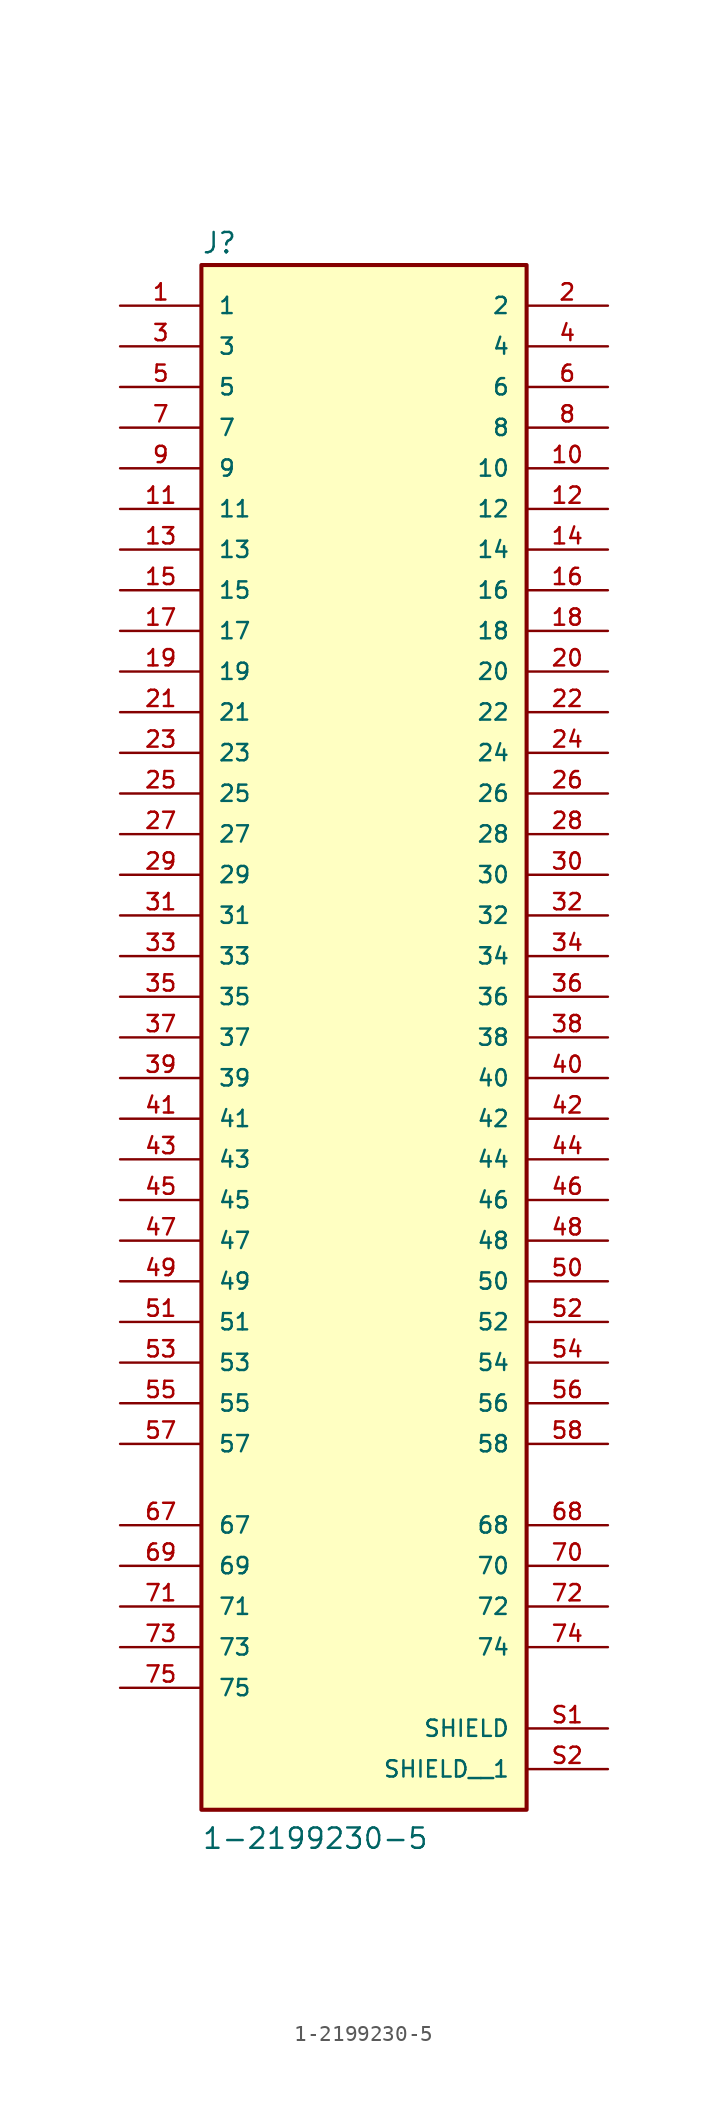
<source format=kicad_sym>
(kicad_symbol_lib
  (version 20211014)
  (generator kicad_symbol_editor)
  (symbol "1-2199230-5"
    (pin_names
      (offset 1.016))
    (property "Reference" "J"
      (at -10.16 46.355 0)
      (effects (font (size 1.27 1.27)) (justify bottom left)))
    (property "Value" "1-2199230-5"
      (at -10.16 -53.34 0)
      (effects (font (size 1.27 1.27)) (justify bottom left)))
    (symbol "1-2199230-5_0_0"
      (rectangle (start -10.16 -50.8) (end 10.16 45.72) (stroke (width 0.254)) (fill (type background)))
      (pin passive line (at 15.24 -45.72 180.0) (length 5.08) (name "SHIELD" (effects (font (size 1.016 1.016)))) (number "S1" (effects (font (size 1.016 1.016)))))
      (pin passive line (at -15.24 43.18 0) (length 5.08) (name "1" (effects (font (size 1.016 1.016)))) (number "1" (effects (font (size 1.016 1.016)))))
      (pin passive line (at 15.24 43.18 180.0) (length 5.08) (name "2" (effects (font (size 1.016 1.016)))) (number "2" (effects (font (size 1.016 1.016)))))
      (pin passive line (at -15.24 40.64 0) (length 5.08) (name "3" (effects (font (size 1.016 1.016)))) (number "3" (effects (font (size 1.016 1.016)))))
      (pin passive line (at 15.24 40.64 180.0) (length 5.08) (name "4" (effects (font (size 1.016 1.016)))) (number "4" (effects (font (size 1.016 1.016)))))
      (pin passive line (at -15.24 38.1 0) (length 5.08) (name "5" (effects (font (size 1.016 1.016)))) (number "5" (effects (font (size 1.016 1.016)))))
      (pin passive line (at 15.24 38.1 180.0) (length 5.08) (name "6" (effects (font (size 1.016 1.016)))) (number "6" (effects (font (size 1.016 1.016)))))
      (pin passive line (at -15.24 35.56 0) (length 5.08) (name "7" (effects (font (size 1.016 1.016)))) (number "7" (effects (font (size 1.016 1.016)))))
      (pin passive line (at 15.24 35.56 180.0) (length 5.08) (name "8" (effects (font (size 1.016 1.016)))) (number "8" (effects (font (size 1.016 1.016)))))
      (pin passive line (at -15.24 33.02 0) (length 5.08) (name "9" (effects (font (size 1.016 1.016)))) (number "9" (effects (font (size 1.016 1.016)))))
      (pin passive line (at 15.24 33.02 180.0) (length 5.08) (name "10" (effects (font (size 1.016 1.016)))) (number "10" (effects (font (size 1.016 1.016)))))
      (pin passive line (at -15.24 30.48 0) (length 5.08) (name "11" (effects (font (size 1.016 1.016)))) (number "11" (effects (font (size 1.016 1.016)))))
      (pin passive line (at 15.24 20.32 180.0) (length 5.08) (name "20" (effects (font (size 1.016 1.016)))) (number "20" (effects (font (size 1.016 1.016)))))
      (pin passive line (at -15.24 17.78 0) (length 5.08) (name "21" (effects (font (size 1.016 1.016)))) (number "21" (effects (font (size 1.016 1.016)))))
      (pin passive line (at 15.24 17.78 180.0) (length 5.08) (name "22" (effects (font (size 1.016 1.016)))) (number "22" (effects (font (size 1.016 1.016)))))
      (pin passive line (at -15.24 15.24 0) (length 5.08) (name "23" (effects (font (size 1.016 1.016)))) (number "23" (effects (font (size 1.016 1.016)))))
      (pin passive line (at 15.24 15.24 180.0) (length 5.08) (name "24" (effects (font (size 1.016 1.016)))) (number "24" (effects (font (size 1.016 1.016)))))
      (pin passive line (at -15.24 12.7 0) (length 5.08) (name "25" (effects (font (size 1.016 1.016)))) (number "25" (effects (font (size 1.016 1.016)))))
      (pin passive line (at 15.24 12.7 180.0) (length 5.08) (name "26" (effects (font (size 1.016 1.016)))) (number "26" (effects (font (size 1.016 1.016)))))
      (pin passive line (at -15.24 10.16 0) (length 5.08) (name "27" (effects (font (size 1.016 1.016)))) (number "27" (effects (font (size 1.016 1.016)))))
      (pin passive line (at 15.24 10.16 180.0) (length 5.08) (name "28" (effects (font (size 1.016 1.016)))) (number "28" (effects (font (size 1.016 1.016)))))
      (pin passive line (at -15.24 7.62 0) (length 5.08) (name "29" (effects (font (size 1.016 1.016)))) (number "29" (effects (font (size 1.016 1.016)))))
      (pin passive line (at 15.24 7.62 180.0) (length 5.08) (name "30" (effects (font (size 1.016 1.016)))) (number "30" (effects (font (size 1.016 1.016)))))
      (pin passive line (at -15.24 5.08 0) (length 5.08) (name "31" (effects (font (size 1.016 1.016)))) (number "31" (effects (font (size 1.016 1.016)))))
      (pin passive line (at 15.24 5.08 180.0) (length 5.08) (name "32" (effects (font (size 1.016 1.016)))) (number "32" (effects (font (size 1.016 1.016)))))
      (pin passive line (at -15.24 2.54 0) (length 5.08) (name "33" (effects (font (size 1.016 1.016)))) (number "33" (effects (font (size 1.016 1.016)))))
      (pin passive line (at 15.24 2.54 180.0) (length 5.08) (name "34" (effects (font (size 1.016 1.016)))) (number "34" (effects (font (size 1.016 1.016)))))
      (pin passive line (at -15.24 0.0 0) (length 5.08) (name "35" (effects (font (size 1.016 1.016)))) (number "35" (effects (font (size 1.016 1.016)))))
      (pin passive line (at 15.24 0.0 180.0) (length 5.08) (name "36" (effects (font (size 1.016 1.016)))) (number "36" (effects (font (size 1.016 1.016)))))
      (pin passive line (at -15.24 -2.54 0) (length 5.08) (name "37" (effects (font (size 1.016 1.016)))) (number "37" (effects (font (size 1.016 1.016)))))
      (pin passive line (at 15.24 -2.54 180.0) (length 5.08) (name "38" (effects (font (size 1.016 1.016)))) (number "38" (effects (font (size 1.016 1.016)))))
      (pin passive line (at -15.24 -5.08 0) (length 5.08) (name "39" (effects (font (size 1.016 1.016)))) (number "39" (effects (font (size 1.016 1.016)))))
      (pin passive line (at 15.24 -5.08 180.0) (length 5.08) (name "40" (effects (font (size 1.016 1.016)))) (number "40" (effects (font (size 1.016 1.016)))))
      (pin passive line (at -15.24 -7.62 0) (length 5.08) (name "41" (effects (font (size 1.016 1.016)))) (number "41" (effects (font (size 1.016 1.016)))))
      (pin passive line (at 15.24 -7.62 180.0) (length 5.08) (name "42" (effects (font (size 1.016 1.016)))) (number "42" (effects (font (size 1.016 1.016)))))
      (pin passive line (at -15.24 -10.16 0) (length 5.08) (name "43" (effects (font (size 1.016 1.016)))) (number "43" (effects (font (size 1.016 1.016)))))
      (pin passive line (at 15.24 -10.16 180.0) (length 5.08) (name "44" (effects (font (size 1.016 1.016)))) (number "44" (effects (font (size 1.016 1.016)))))
      (pin passive line (at -15.24 -12.7 0) (length 5.08) (name "45" (effects (font (size 1.016 1.016)))) (number "45" (effects (font (size 1.016 1.016)))))
      (pin passive line (at 15.24 -12.7 180.0) (length 5.08) (name "46" (effects (font (size 1.016 1.016)))) (number "46" (effects (font (size 1.016 1.016)))))
      (pin passive line (at -15.24 -15.24 0) (length 5.08) (name "47" (effects (font (size 1.016 1.016)))) (number "47" (effects (font (size 1.016 1.016)))))
      (pin passive line (at 15.24 -15.24 180.0) (length 5.08) (name "48" (effects (font (size 1.016 1.016)))) (number "48" (effects (font (size 1.016 1.016)))))
      (pin passive line (at -15.24 -17.78 0) (length 5.08) (name "49" (effects (font (size 1.016 1.016)))) (number "49" (effects (font (size 1.016 1.016)))))
      (pin passive line (at 15.24 -17.78 180.0) (length 5.08) (name "50" (effects (font (size 1.016 1.016)))) (number "50" (effects (font (size 1.016 1.016)))))
      (pin passive line (at -15.24 -20.32 0) (length 5.08) (name "51" (effects (font (size 1.016 1.016)))) (number "51" (effects (font (size 1.016 1.016)))))
      (pin passive line (at 15.24 -20.32 180.0) (length 5.08) (name "52" (effects (font (size 1.016 1.016)))) (number "52" (effects (font (size 1.016 1.016)))))
      (pin passive line (at -15.24 -22.86 0) (length 5.08) (name "53" (effects (font (size 1.016 1.016)))) (number "53" (effects (font (size 1.016 1.016)))))
      (pin passive line (at 15.24 -22.86 180.0) (length 5.08) (name "54" (effects (font (size 1.016 1.016)))) (number "54" (effects (font (size 1.016 1.016)))))
      (pin passive line (at -15.24 -25.4 0) (length 5.08) (name "55" (effects (font (size 1.016 1.016)))) (number "55" (effects (font (size 1.016 1.016)))))
      (pin passive line (at 15.24 -25.4 180.0) (length 5.08) (name "56" (effects (font (size 1.016 1.016)))) (number "56" (effects (font (size 1.016 1.016)))))
      (pin passive line (at -15.24 -27.94 0) (length 5.08) (name "57" (effects (font (size 1.016 1.016)))) (number "57" (effects (font (size 1.016 1.016)))))
      (pin passive line (at 15.24 -27.94 180.0) (length 5.08) (name "58" (effects (font (size 1.016 1.016)))) (number "58" (effects (font (size 1.016 1.016)))))
      (pin passive line (at -15.24 -33.02 0) (length 5.08) (name "67" (effects (font (size 1.016 1.016)))) (number "67" (effects (font (size 1.016 1.016)))))
      (pin passive line (at 15.24 -33.02 180.0) (length 5.08) (name "68" (effects (font (size 1.016 1.016)))) (number "68" (effects (font (size 1.016 1.016)))))
      (pin passive line (at -15.24 -35.56 0) (length 5.08) (name "69" (effects (font (size 1.016 1.016)))) (number "69" (effects (font (size 1.016 1.016)))))
      (pin passive line (at 15.24 -35.56 180.0) (length 5.08) (name "70" (effects (font (size 1.016 1.016)))) (number "70" (effects (font (size 1.016 1.016)))))
      (pin passive line (at -15.24 -38.1 0) (length 5.08) (name "71" (effects (font (size 1.016 1.016)))) (number "71" (effects (font (size 1.016 1.016)))))
      (pin passive line (at 15.24 -38.1 180.0) (length 5.08) (name "72" (effects (font (size 1.016 1.016)))) (number "72" (effects (font (size 1.016 1.016)))))
      (pin passive line (at -15.24 -40.64 0) (length 5.08) (name "73" (effects (font (size 1.016 1.016)))) (number "73" (effects (font (size 1.016 1.016)))))
      (pin passive line (at 15.24 -40.64 180.0) (length 5.08) (name "74" (effects (font (size 1.016 1.016)))) (number "74" (effects (font (size 1.016 1.016)))))
      (pin passive line (at -15.24 -43.18 0) (length 5.08) (name "75" (effects (font (size 1.016 1.016)))) (number "75" (effects (font (size 1.016 1.016)))))
      (pin passive line (at 15.24 30.48 180.0) (length 5.08) (name "12" (effects (font (size 1.016 1.016)))) (number "12" (effects (font (size 1.016 1.016)))))
      (pin passive line (at -15.24 27.94 0) (length 5.08) (name "13" (effects (font (size 1.016 1.016)))) (number "13" (effects (font (size 1.016 1.016)))))
      (pin passive line (at 15.24 27.94 180.0) (length 5.08) (name "14" (effects (font (size 1.016 1.016)))) (number "14" (effects (font (size 1.016 1.016)))))
      (pin passive line (at -15.24 25.4 0) (length 5.08) (name "15" (effects (font (size 1.016 1.016)))) (number "15" (effects (font (size 1.016 1.016)))))
      (pin passive line (at 15.24 25.4 180.0) (length 5.08) (name "16" (effects (font (size 1.016 1.016)))) (number "16" (effects (font (size 1.016 1.016)))))
      (pin passive line (at -15.24 22.86 0) (length 5.08) (name "17" (effects (font (size 1.016 1.016)))) (number "17" (effects (font (size 1.016 1.016)))))
      (pin passive line (at 15.24 22.86 180.0) (length 5.08) (name "18" (effects (font (size 1.016 1.016)))) (number "18" (effects (font (size 1.016 1.016)))))
      (pin passive line (at -15.24 20.32 0) (length 5.08) (name "19" (effects (font (size 1.016 1.016)))) (number "19" (effects (font (size 1.016 1.016)))))
      (pin passive line (at 15.24 -48.26 180.0) (length 5.08) (name "SHIELD__1" (effects (font (size 1.016 1.016)))) (number "S2" (effects (font (size 1.016 1.016))))))))
</source>
